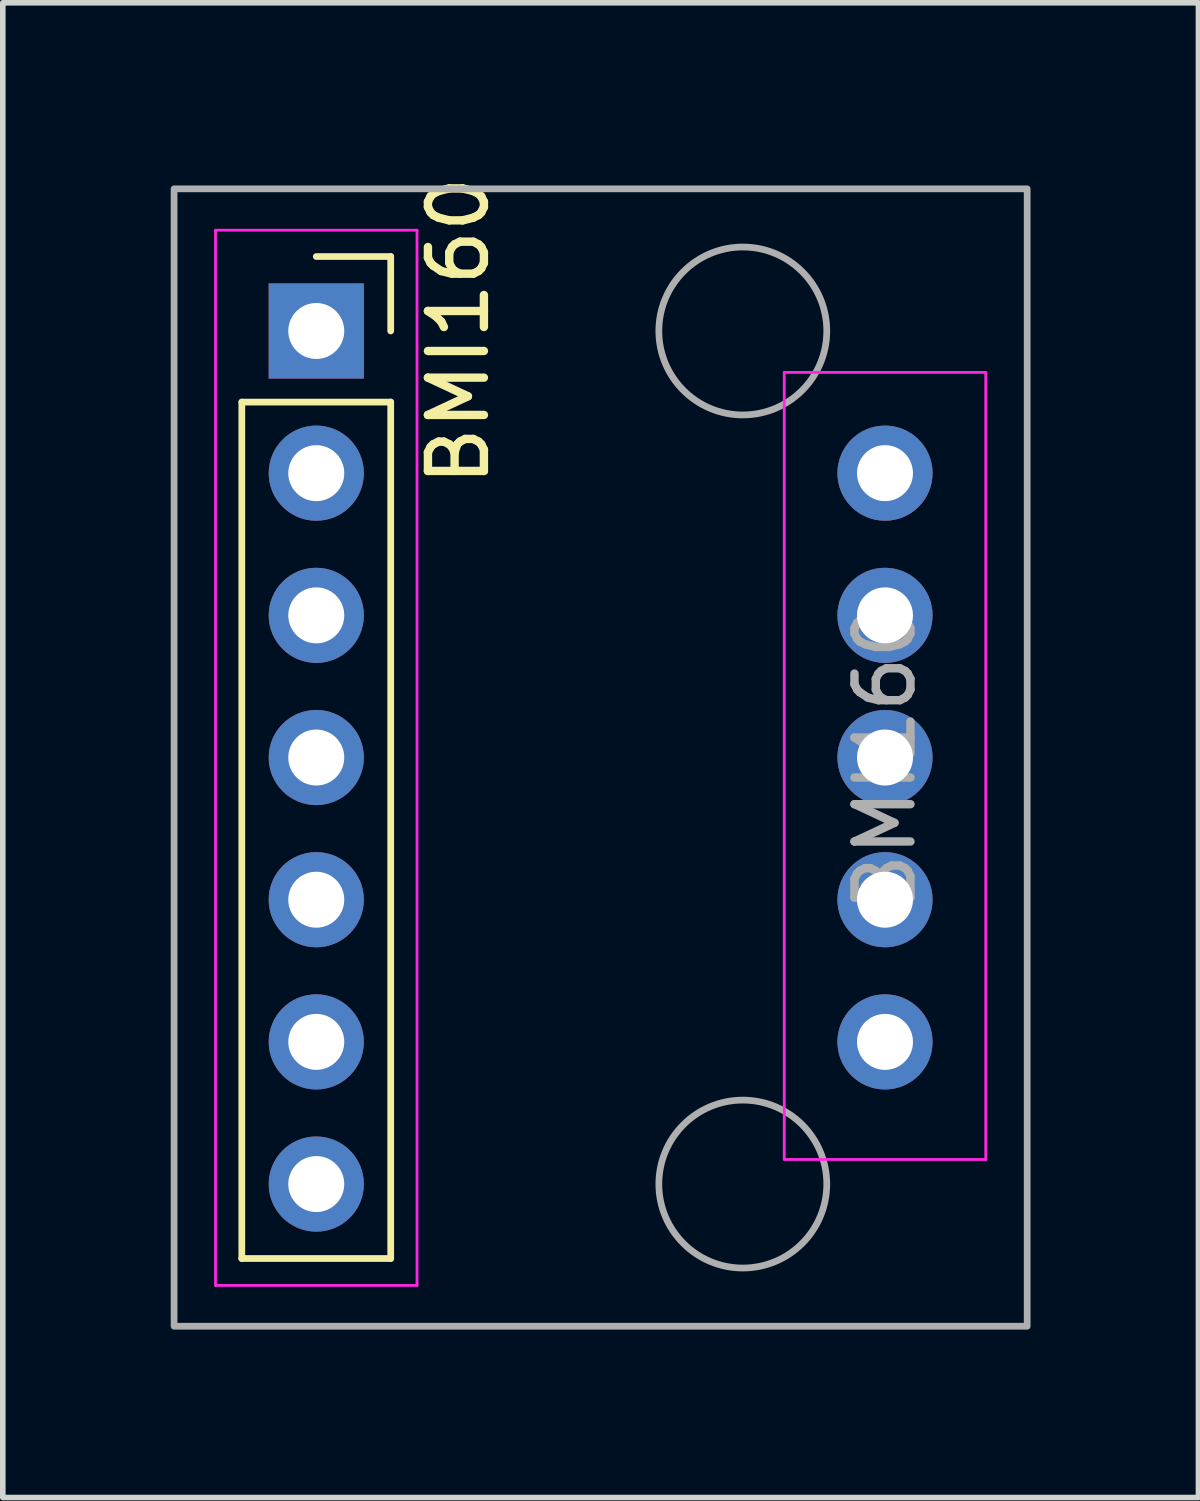
<source format=kicad_pcb>
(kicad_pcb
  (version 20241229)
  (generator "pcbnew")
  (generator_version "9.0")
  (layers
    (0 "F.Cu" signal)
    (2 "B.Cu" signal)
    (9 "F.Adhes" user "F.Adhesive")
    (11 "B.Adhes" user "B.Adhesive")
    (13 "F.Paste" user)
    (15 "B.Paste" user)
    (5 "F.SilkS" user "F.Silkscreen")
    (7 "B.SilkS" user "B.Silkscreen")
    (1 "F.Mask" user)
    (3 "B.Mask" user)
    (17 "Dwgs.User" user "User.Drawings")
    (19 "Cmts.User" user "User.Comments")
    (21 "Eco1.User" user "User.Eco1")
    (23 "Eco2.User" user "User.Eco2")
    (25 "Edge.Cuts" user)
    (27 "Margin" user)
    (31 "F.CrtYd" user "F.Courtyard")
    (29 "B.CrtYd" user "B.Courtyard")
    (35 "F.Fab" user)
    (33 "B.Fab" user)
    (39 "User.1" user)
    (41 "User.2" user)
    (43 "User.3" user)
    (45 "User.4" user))
  (footprint "BMI160"
    (layer "F.Cu")
    (at 12.76 2.863)
    (property "Reference" "BMI160" (at -7.62 0 90) (layer "F.SilkS") (effects (font (size 1 1) (thickness 0.15))))
    (attr through_hole)
    (fp_line (start -11.49 1.27) (end -11.49 16.57) (stroke (width 0.12) (type solid)) (layer "F.SilkS"))
    (fp_line (start -8.83 -1.33) (end -10.16 -1.33) (stroke (width 0.12) (type solid)) (layer "F.SilkS"))
    (fp_line (start -8.83 0) (end -8.83 -1.33) (stroke (width 0.12) (type solid)) (layer "F.SilkS"))
    (fp_line (start -8.83 1.27) (end -11.49 1.27) (stroke (width 0.12) (type solid)) (layer "F.SilkS"))
    (fp_line (start -8.83 1.27) (end -8.83 16.57) (stroke (width 0.12) (type solid)) (layer "F.SilkS"))
    (fp_line (start -8.83 16.57) (end -11.49 16.57) (stroke (width 0.12) (type solid)) (layer "F.SilkS"))
    (fp_line (start -11.96 -1.8) (end -8.36 -1.8) (stroke (width 0.05) (type solid)) (layer "F.CrtYd"))
    (fp_line (start -11.96 17.05) (end -11.96 -1.8) (stroke (width 0.05) (type solid)) (layer "F.CrtYd"))
    (fp_line (start -8.36 -1.8) (end -8.36 17.05) (stroke (width 0.05) (type solid)) (layer "F.CrtYd"))
    (fp_line (start -8.36 17.05) (end -11.96 17.05) (stroke (width 0.05) (type solid)) (layer "F.CrtYd"))
    (fp_line (start -1.8 0.74) (end 1.8 0.74) (stroke (width 0.05) (type solid)) (layer "F.CrtYd"))
    (fp_line (start -1.8 14.8) (end -1.8 0.74) (stroke (width 0.05) (type solid)) (layer "F.CrtYd"))
    (fp_line (start 1.8 0.74) (end 1.8 14.8) (stroke (width 0.05) (type solid)) (layer "F.CrtYd"))
    (fp_line (start 1.8 14.8) (end -1.8 14.8) (stroke (width 0.05) (type solid)) (layer "F.CrtYd"))
    (fp_rect (start 2.54 -2.54) (end -12.7 17.78) (stroke (width 0.12) (type solid)) (fill no) (layer "F.Fab"))
    (fp_circle (center -2.54 0) (end -1.04 0) (stroke (width 0.12) (type solid)) (fill no) (layer "F.Fab"))
    (fp_circle (center -2.54 15.24) (end -1.04 15.24) (stroke (width 0.12) (type solid)) (fill no) (layer "F.Fab"))
    (fp_text user "${REFERENCE}" (at 0 7.62 90) (layer "F.Fab") (effects (font (size 1 1) (thickness 0.15))))
    (pad "1" thru_hole rect (at -10.16 0) (size 1.7 1.7) (drill 1) (layers "*.Cu" "*.Mask"))
    (pad "2" thru_hole oval (at -10.16 2.54) (size 1.7 1.7) (drill 1) (layers "*.Cu" "*.Mask"))
    (pad "3" thru_hole oval (at -10.16 5.08) (size 1.7 1.7) (drill 1) (layers "*.Cu" "*.Mask"))
    (pad "4" thru_hole oval (at -10.16 7.62) (size 1.7 1.7) (drill 1) (layers "*.Cu" "*.Mask"))
    (pad "5" thru_hole oval (at -10.16 10.16) (size 1.7 1.7) (drill 1) (layers "*.Cu" "*.Mask"))
    (pad "6" thru_hole oval (at -10.16 12.7) (size 1.7 1.7) (drill 1) (layers "*.Cu" "*.Mask"))
    (pad "7" thru_hole oval (at -10.16 15.24) (size 1.7 1.7) (drill 1) (layers "*.Cu" "*.Mask"))
    (pad "8" thru_hole oval (at 0 12.7) (size 1.7 1.7) (drill 1) (layers "*.Cu" "*.Mask"))
    (pad "9" thru_hole oval (at 0 10.16) (size 1.7 1.7) (drill 1) (layers "*.Cu" "*.Mask"))
    (pad "10" thru_hole oval (at 0 7.62) (size 1.7 1.7) (drill 1) (layers "*.Cu" "*.Mask"))
    (pad "11" thru_hole oval (at 0 5.08) (size 1.7 1.7) (drill 1) (layers "*.Cu" "*.Mask"))
    (pad "12" thru_hole oval (at 0 2.54) (size 1.7 1.7) (drill 1) (layers "*.Cu" "*.Mask")))
  (gr_rect
    (start -3 -3)
    (end 18.36 23.703)
    (stroke (width 0.1) (type default))
    (fill no)
    (layer "Edge.Cuts")))
</source>
